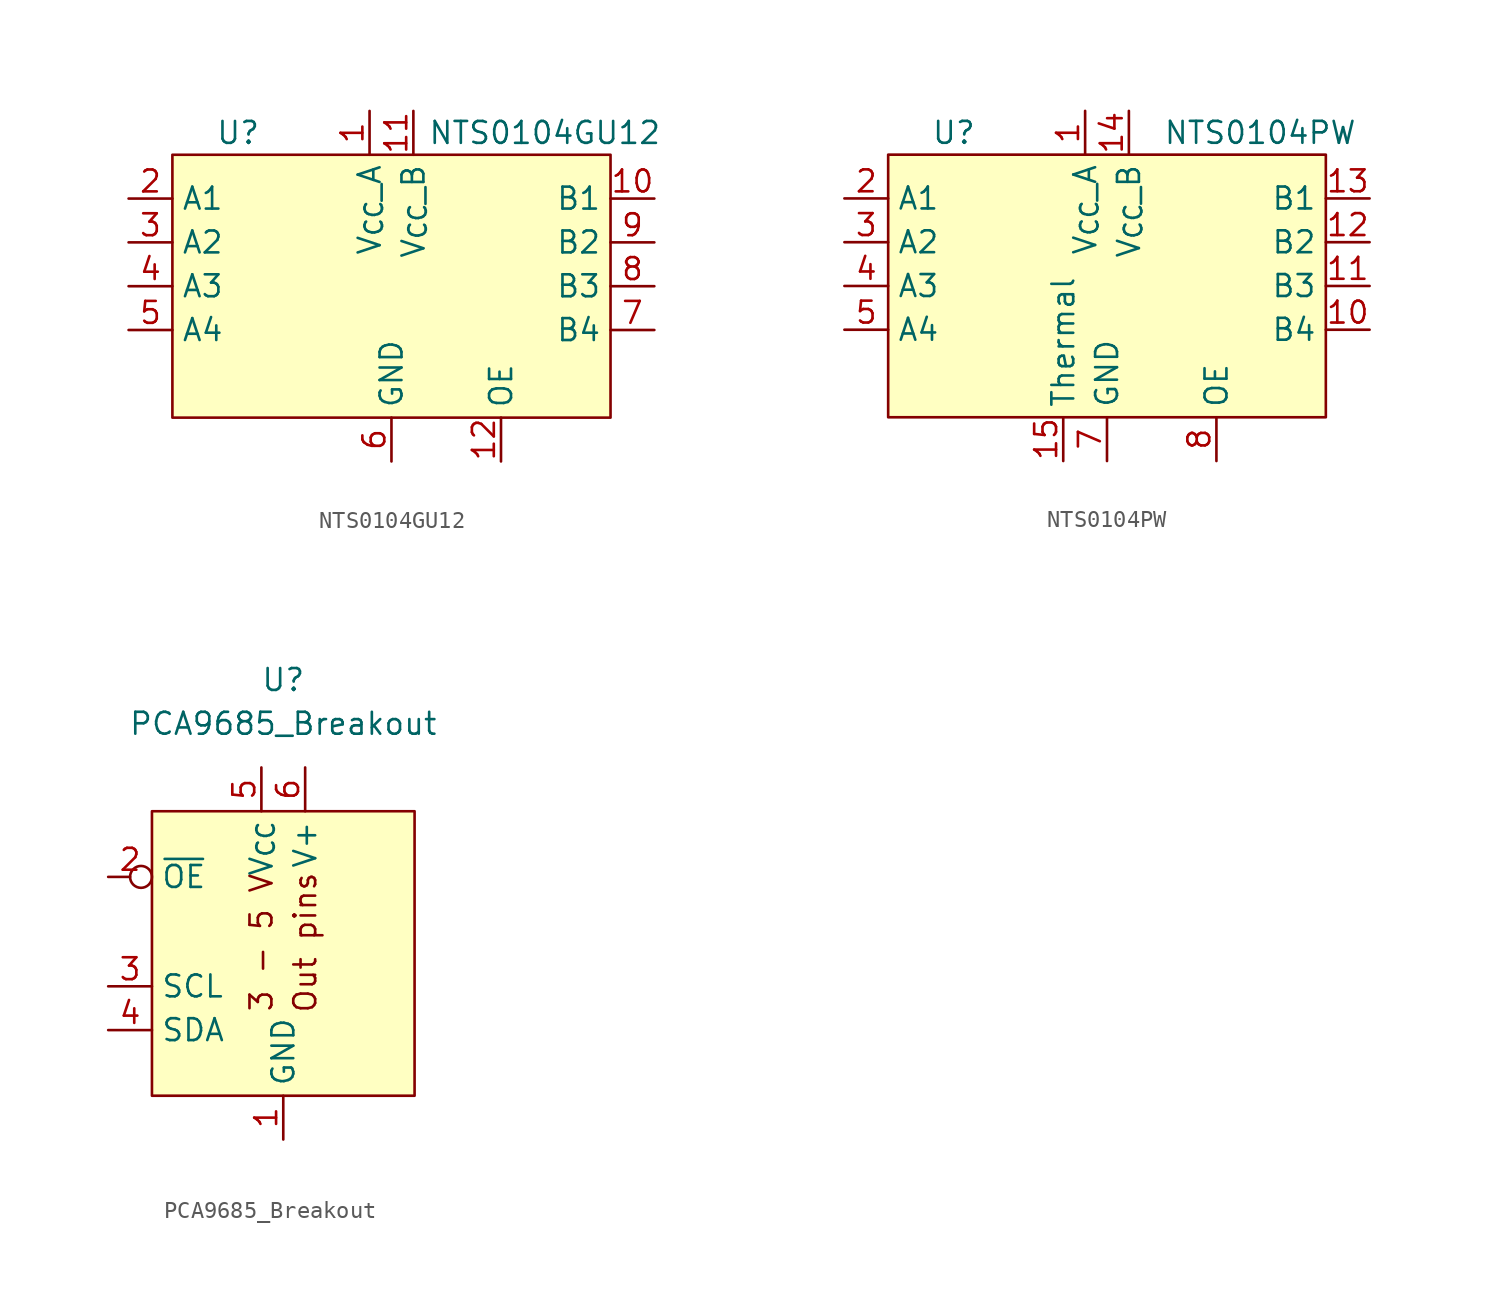
<source format=kicad_sym>
(kicad_symbol_lib
  (version 20231120)
  (generator "kicad_symbol_editor")
  (generator_version "8.0")
  (symbol "NTS0104GU12"
    (property "Reference" "U"
      (at -8.89 6.35 0)
      (effects (font (size 1.27 1.27))))
    (property "Value" "NTS0104GU12"
      (at 8.89 6.35 0)
      (effects (font (size 1.27 1.27))))
    (symbol "NTS0104GU12_0_0"
      (pin power_in line (at -1.27 7.62 270) (length 2.54) (name "V_{CC}_A" (effects (font (size 1.27 1.27)))) (number "1" (effects (font (size 1.27 1.27)))))
      (pin bidirectional line (at 15.24 2.54 180) (length 2.54) (name "B1" (effects (font (size 1.27 1.27)))) (number "10" (effects (font (size 1.27 1.27)))))
      (pin power_in line (at 1.27 7.62 270) (length 2.54) (name "V_{CC}_B" (effects (font (size 1.27 1.27)))) (number "11" (effects (font (size 1.27 1.27)))))
      (pin unspecified line (at 6.35 -12.7 90) (length 2.54) (name "OE" (effects (font (size 1.27 1.27)))) (number "12" (effects (font (size 1.27 1.27)))))
      (pin bidirectional line (at -15.24 2.54 0) (length 2.54) (name "A1" (effects (font (size 1.27 1.27)))) (number "2" (effects (font (size 1.27 1.27)))))
      (pin bidirectional line (at -15.24 0 0) (length 2.54) (name "A2" (effects (font (size 1.27 1.27)))) (number "3" (effects (font (size 1.27 1.27)))))
      (pin bidirectional line (at -15.24 -2.54 0) (length 2.54) (name "A3" (effects (font (size 1.27 1.27)))) (number "4" (effects (font (size 1.27 1.27)))))
      (pin bidirectional line (at -15.24 -5.08 0) (length 2.54) (name "A4" (effects (font (size 1.27 1.27)))) (number "5" (effects (font (size 1.27 1.27)))))
      (pin power_in line (at 0 -12.7 90) (length 2.54) (name "GND" (effects (font (size 1.27 1.27)))) (number "6" (effects (font (size 1.27 1.27)))))
      (pin bidirectional line (at 15.24 -5.08 180) (length 2.54) (name "B4" (effects (font (size 1.27 1.27)))) (number "7" (effects (font (size 1.27 1.27)))))
      (pin bidirectional line (at 15.24 -2.54 180) (length 2.54) (name "B3" (effects (font (size 1.27 1.27)))) (number "8" (effects (font (size 1.27 1.27)))))
      (pin bidirectional line (at 15.24 0 180) (length 2.54) (name "B2" (effects (font (size 1.27 1.27)))) (number "9" (effects (font (size 1.27 1.27))))))
    (symbol "NTS0104GU12_1_1"
      (rectangle (start -12.7 5.08) (end 12.7 -10.16) (stroke (width 0) (type default)) (fill (type background)))))
  (symbol "NTS0104PW"
    (property "Reference" "U"
      (at -8.89 6.35 0)
      (effects (font (size 1.27 1.27))))
    (property "Value" "NTS0104PW"
      (at 8.89 6.35 0)
      (effects (font (size 1.27 1.27))))
    (symbol "NTS0104PW_0_0"
      (pin power_in line (at -1.27 7.62 270) (length 2.54) (name "V_{CC}_A" (effects (font (size 1.27 1.27)))) (number "1" (effects (font (size 1.27 1.27)))))
      (pin bidirectional line (at 15.24 -5.08 180) (length 2.54) (name "B4" (effects (font (size 1.27 1.27)))) (number "10" (effects (font (size 1.27 1.27)))))
      (pin bidirectional line (at 15.24 -2.54 180) (length 2.54) (name "B3" (effects (font (size 1.27 1.27)))) (number "11" (effects (font (size 1.27 1.27)))))
      (pin bidirectional line (at 15.24 0 180) (length 2.54) (name "B2" (effects (font (size 1.27 1.27)))) (number "12" (effects (font (size 1.27 1.27)))))
      (pin bidirectional line (at 15.24 2.54 180) (length 2.54) (name "B1" (effects (font (size 1.27 1.27)))) (number "13" (effects (font (size 1.27 1.27)))))
      (pin power_in line (at 1.27 7.62 270) (length 2.54) (name "V_{CC}_B" (effects (font (size 1.27 1.27)))) (number "14" (effects (font (size 1.27 1.27)))))
      (pin unspecified line (at -2.54 -12.7 90) (length 2.54) (name "Thermal" (effects (font (size 1.27 1.27)))) (number "15" (effects (font (size 1.27 1.27)))))
      (pin bidirectional line (at -15.24 2.54 0) (length 2.54) (name "A1" (effects (font (size 1.27 1.27)))) (number "2" (effects (font (size 1.27 1.27)))))
      (pin bidirectional line (at -15.24 0 0) (length 2.54) (name "A2" (effects (font (size 1.27 1.27)))) (number "3" (effects (font (size 1.27 1.27)))))
      (pin bidirectional line (at -15.24 -2.54 0) (length 2.54) (name "A3" (effects (font (size 1.27 1.27)))) (number "4" (effects (font (size 1.27 1.27)))))
      (pin bidirectional line (at -15.24 -5.08 0) (length 2.54) (name "A4" (effects (font (size 1.27 1.27)))) (number "5" (effects (font (size 1.27 1.27)))))
      (pin power_in line (at 0 -12.7 90) (length 2.54) (name "GND" (effects (font (size 1.27 1.27)))) (number "7" (effects (font (size 1.27 1.27)))))
      (pin unspecified line (at 6.35 -12.7 90) (length 2.54) (name "OE" (effects (font (size 1.27 1.27)))) (number "8" (effects (font (size 1.27 1.27))))))
    (symbol "NTS0104PW_1_1"
      (rectangle (start -12.7 5.08) (end 12.7 -10.16) (stroke (width 0) (type default)) (fill (type background)))))
  (symbol "PCA9685_Breakout"
    (property "Reference" "U"
      (at 0 15.24 0)
      (effects (font (size 1.27 1.27))))
    (property "Value" "PCA9685_Breakout"
      (at 0 12.7 0)
      (effects (font (size 1.27 1.27))))
    (symbol "PCA9685_Breakout_0_0"
      (rectangle (start -7.62 7.62) (end 7.62 -8.89) (stroke (width 0) (type default)) (fill (type background)))
      (text "3 - 5 V" (at -1.27 0 900) (effects (font (size 1.27 1.27))))
      (text "Out pins" (at 1.27 0 900) (effects (font (size 1.27 1.27)))))
    (symbol "PCA9685_Breakout_1_1"
      (pin power_in line (at 0 -11.43 90) (length 2.54) (name "GND" (effects (font (size 1.27 1.27)))) (number "1" (effects (font (size 1.27 1.27)))))
      (pin input inverted (at -10.16 3.81 0) (length 2.54) (name "~{OE}" (effects (font (size 1.27 1.27)))) (number "2" (effects (font (size 1.27 1.27)))))
      (pin input line (at -10.16 -2.54 0) (length 2.54) (name "SCL" (effects (font (size 1.27 1.27)))) (number "3" (effects (font (size 1.27 1.27)))))
      (pin bidirectional line (at -10.16 -5.08 0) (length 2.54) (name "SDA" (effects (font (size 1.27 1.27)))) (number "4" (effects (font (size 1.27 1.27)))))
      (pin power_in line (at -1.27 10.16 270) (length 2.54) (name "V_{CC}" (effects (font (size 1.27 1.27)))) (number "5" (effects (font (size 1.27 1.27)))))
      (pin power_in line (at 1.27 10.16 270) (length 2.54) (name "V+" (effects (font (size 1.27 1.27)))) (number "6" (effects (font (size 1.27 1.27))))))))
</source>
